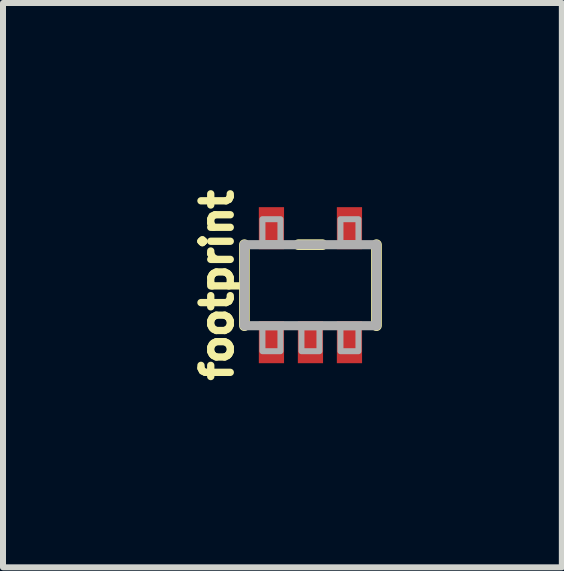
<source format=kicad_pcb>
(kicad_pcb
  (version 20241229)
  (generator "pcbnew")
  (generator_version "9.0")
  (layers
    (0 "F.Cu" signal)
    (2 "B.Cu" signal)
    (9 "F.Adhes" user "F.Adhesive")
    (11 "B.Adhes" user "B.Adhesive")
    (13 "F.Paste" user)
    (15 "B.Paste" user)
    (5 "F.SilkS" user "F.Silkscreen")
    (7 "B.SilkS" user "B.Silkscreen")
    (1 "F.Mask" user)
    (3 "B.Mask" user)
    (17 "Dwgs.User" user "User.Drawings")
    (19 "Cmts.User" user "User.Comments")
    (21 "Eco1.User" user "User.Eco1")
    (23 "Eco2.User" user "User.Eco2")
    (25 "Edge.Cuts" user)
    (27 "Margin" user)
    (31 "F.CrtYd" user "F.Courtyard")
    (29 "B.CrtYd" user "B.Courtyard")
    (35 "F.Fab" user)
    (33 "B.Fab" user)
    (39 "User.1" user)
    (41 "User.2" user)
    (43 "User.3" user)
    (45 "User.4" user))
  (footprint "footprint"
    (layer "F.Cu")
    (at 2.123 1.702)
    (property "Reference" "footprint" (at -1.27 0 90) (layer "F.SilkS") (effects (font (size 0.488 0.488) (thickness 0.122)) (justify bottom)))
    (fp_line (start -1.1 0.675) (end -1.1 -0.675) (stroke (width 0.178) (type solid)) (layer "F.SilkS"))
    (fp_line (start -0.2 -0.675) (end 0.2 -0.675) (stroke (width 0.178) (type solid)) (layer "F.SilkS"))
    (fp_line (start 1.1 -0.675) (end 1.1 0.675) (stroke (width 0.178) (type solid)) (layer "F.SilkS"))
    (fp_line (start -1.1 -0.675) (end 1.1 -0.675) (stroke (width 0.152) (type solid)) (layer "F.Fab"))
    (fp_line (start -1.1 0.675) (end -1.1 -0.675) (stroke (width 0.152) (type solid)) (layer "F.Fab"))
    (fp_line (start 1.1 -0.675) (end 1.1 0.675) (stroke (width 0.152) (type solid)) (layer "F.Fab"))
    (fp_line (start 1.1 0.675) (end -1.1 0.675) (stroke (width 0.152) (type solid)) (layer "F.Fab"))
    (fp_poly (pts (xy -0.8 -0.7) (xy -0.5 -0.7) (xy -0.5 -1.1) (xy -0.8 -1.1)) (stroke (width 0.1) (type solid)) (fill no) (layer "F.Fab"))
    (fp_poly (pts (xy -0.5 0.7) (xy -0.8 0.7) (xy -0.8 1.1) (xy -0.5 1.1)) (stroke (width 0.1) (type solid)) (fill no) (layer "F.Fab"))
    (fp_poly (pts (xy 0.15 0.7) (xy -0.15 0.7) (xy -0.15 1.1) (xy 0.15 1.1)) (stroke (width 0.1) (type solid)) (fill no) (layer "F.Fab"))
    (fp_poly (pts (xy 0.5 -0.7) (xy 0.8 -0.7) (xy 0.8 -1.1) (xy 0.5 -1.1)) (stroke (width 0.1) (type solid)) (fill no) (layer "F.Fab"))
    (fp_poly (pts (xy 0.8 0.7) (xy 0.5 0.7) (xy 0.5 1.1) (xy 0.8 1.1)) (stroke (width 0.1) (type solid)) (fill no) (layer "F.Fab"))
    (pad "1" smd rect (at -0.65 0.95) (size 0.42 0.7) (layers "F.Cu" "F.Mask" "F.Paste"))
    (pad "2" smd rect (at 0 0.95) (size 0.42 0.7) (layers "F.Cu" "F.Mask" "F.Paste"))
    (pad "3" smd rect (at 0.65 0.95) (size 0.42 0.7) (layers "F.Cu" "F.Mask" "F.Paste"))
    (pad "4" smd rect (at 0.65 -0.95) (size 0.42 0.7) (layers "F.Cu" "F.Mask" "F.Paste"))
    (pad "5" smd rect (at -0.65 -0.95) (size 0.42 0.7) (layers "F.Cu" "F.Mask" "F.Paste")))
  (gr_rect
    (start -3 -3)
    (end 6.312 6.403)
    (stroke (width 0.1) (type default))
    (fill no)
    (layer "Edge.Cuts")))
</source>
